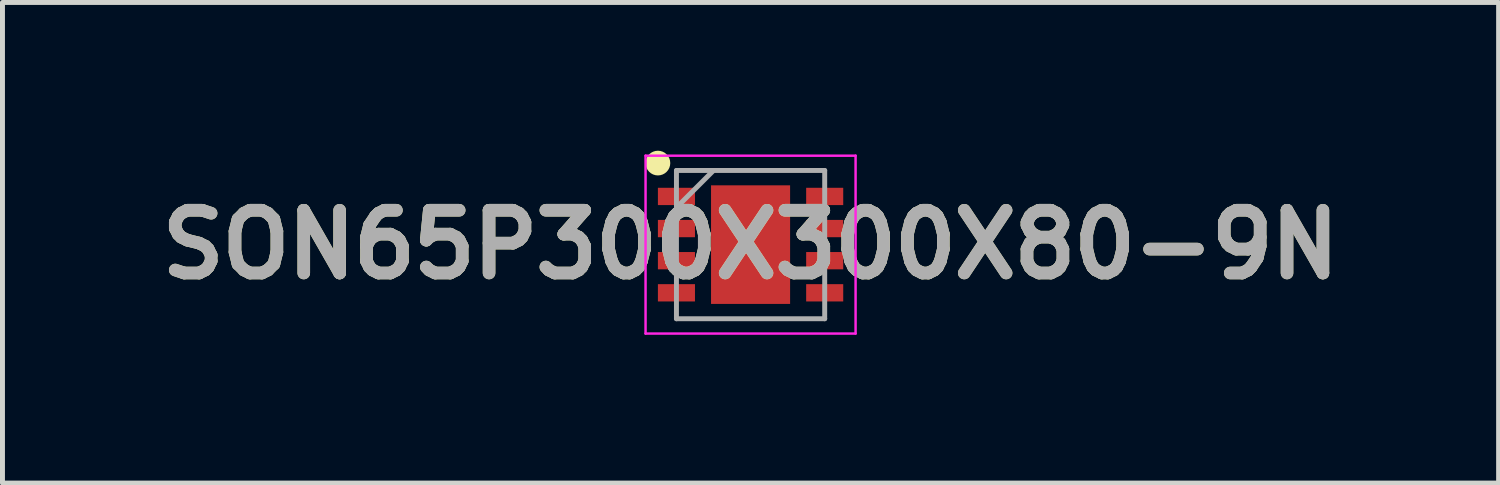
<source format=kicad_pcb>
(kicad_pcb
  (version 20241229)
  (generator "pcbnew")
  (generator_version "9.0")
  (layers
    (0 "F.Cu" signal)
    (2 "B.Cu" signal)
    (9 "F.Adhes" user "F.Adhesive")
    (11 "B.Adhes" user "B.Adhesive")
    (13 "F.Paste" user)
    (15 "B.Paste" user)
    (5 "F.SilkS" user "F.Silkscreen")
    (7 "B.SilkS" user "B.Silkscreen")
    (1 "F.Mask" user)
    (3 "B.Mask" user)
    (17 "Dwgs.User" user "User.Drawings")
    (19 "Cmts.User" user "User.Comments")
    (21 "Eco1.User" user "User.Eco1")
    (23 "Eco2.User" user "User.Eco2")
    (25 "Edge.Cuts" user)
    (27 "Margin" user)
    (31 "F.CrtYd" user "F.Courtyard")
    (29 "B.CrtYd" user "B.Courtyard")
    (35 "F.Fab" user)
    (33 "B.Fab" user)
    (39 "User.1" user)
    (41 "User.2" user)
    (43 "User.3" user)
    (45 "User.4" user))
  (footprint "SON65P300X300X80-9N"
    (layer "F.Cu")
    (at 12.138 1.9)
    (property "Reference" "SON65P300X300X80-9N" (at 0 0 0) (layer "F.SilkS") (effects (font (size 1.27 1.27) (thickness 0.254))))
    (attr smd)
    (fp_circle (center -1.875 -1.65) (end -1.875 -1.525) (stroke (width 0.25) (type solid)) (fill no) (layer "F.SilkS"))
    (fp_line (start -2.125 -1.8) (end 2.125 -1.8) (stroke (width 0.05) (type solid)) (layer "F.CrtYd"))
    (fp_line (start -2.125 1.8) (end -2.125 -1.8) (stroke (width 0.05) (type solid)) (layer "F.CrtYd"))
    (fp_line (start 2.125 -1.8) (end 2.125 1.8) (stroke (width 0.05) (type solid)) (layer "F.CrtYd"))
    (fp_line (start 2.125 1.8) (end -2.125 1.8) (stroke (width 0.05) (type solid)) (layer "F.CrtYd"))
    (fp_line (start -1.5 -1.5) (end 1.5 -1.5) (stroke (width 0.1) (type solid)) (layer "F.Fab"))
    (fp_line (start -1.5 -0.75) (end -0.75 -1.5) (stroke (width 0.1) (type solid)) (layer "F.Fab"))
    (fp_line (start -1.5 1.5) (end -1.5 -1.5) (stroke (width 0.1) (type solid)) (layer "F.Fab"))
    (fp_line (start 1.5 -1.5) (end 1.5 1.5) (stroke (width 0.1) (type solid)) (layer "F.Fab"))
    (fp_line (start 1.5 1.5) (end -1.5 1.5) (stroke (width 0.1) (type solid)) (layer "F.Fab"))
    (fp_text user "${REFERENCE}" (at 0 0 0) (layer "F.Fab") (effects (font (size 1.27 1.27) (thickness 0.254))))
    (pad "1" smd rect (at -1.5 -0.975 90) (size 0.35 0.75) (layers "F.Cu" "F.Mask" "F.Paste"))
    (pad "2" smd rect (at -1.5 -0.325 90) (size 0.35 0.75) (layers "F.Cu" "F.Mask" "F.Paste"))
    (pad "3" smd rect (at -1.5 0.325 90) (size 0.35 0.75) (layers "F.Cu" "F.Mask" "F.Paste"))
    (pad "4" smd rect (at -1.5 0.975 90) (size 0.35 0.75) (layers "F.Cu" "F.Mask" "F.Paste"))
    (pad "5" smd rect (at 1.5 0.975 90) (size 0.35 0.75) (layers "F.Cu" "F.Mask" "F.Paste"))
    (pad "6" smd rect (at 1.5 0.325 90) (size 0.35 0.75) (layers "F.Cu" "F.Mask" "F.Paste"))
    (pad "7" smd rect (at 1.5 -0.325 90) (size 0.35 0.75) (layers "F.Cu" "F.Mask" "F.Paste"))
    (pad "8" smd rect (at 1.5 -0.975 90) (size 0.35 0.75) (layers "F.Cu" "F.Mask" "F.Paste"))
    (pad "9" smd rect (at 0 0) (size 1.6 2.4) (layers "F.Cu" "F.Mask" "F.Paste")))
  (gr_rect
    (start -3 -3)
    (end 27.275 6.725)
    (stroke (width 0.1) (type default))
    (fill no)
    (layer "Edge.Cuts")))
</source>
